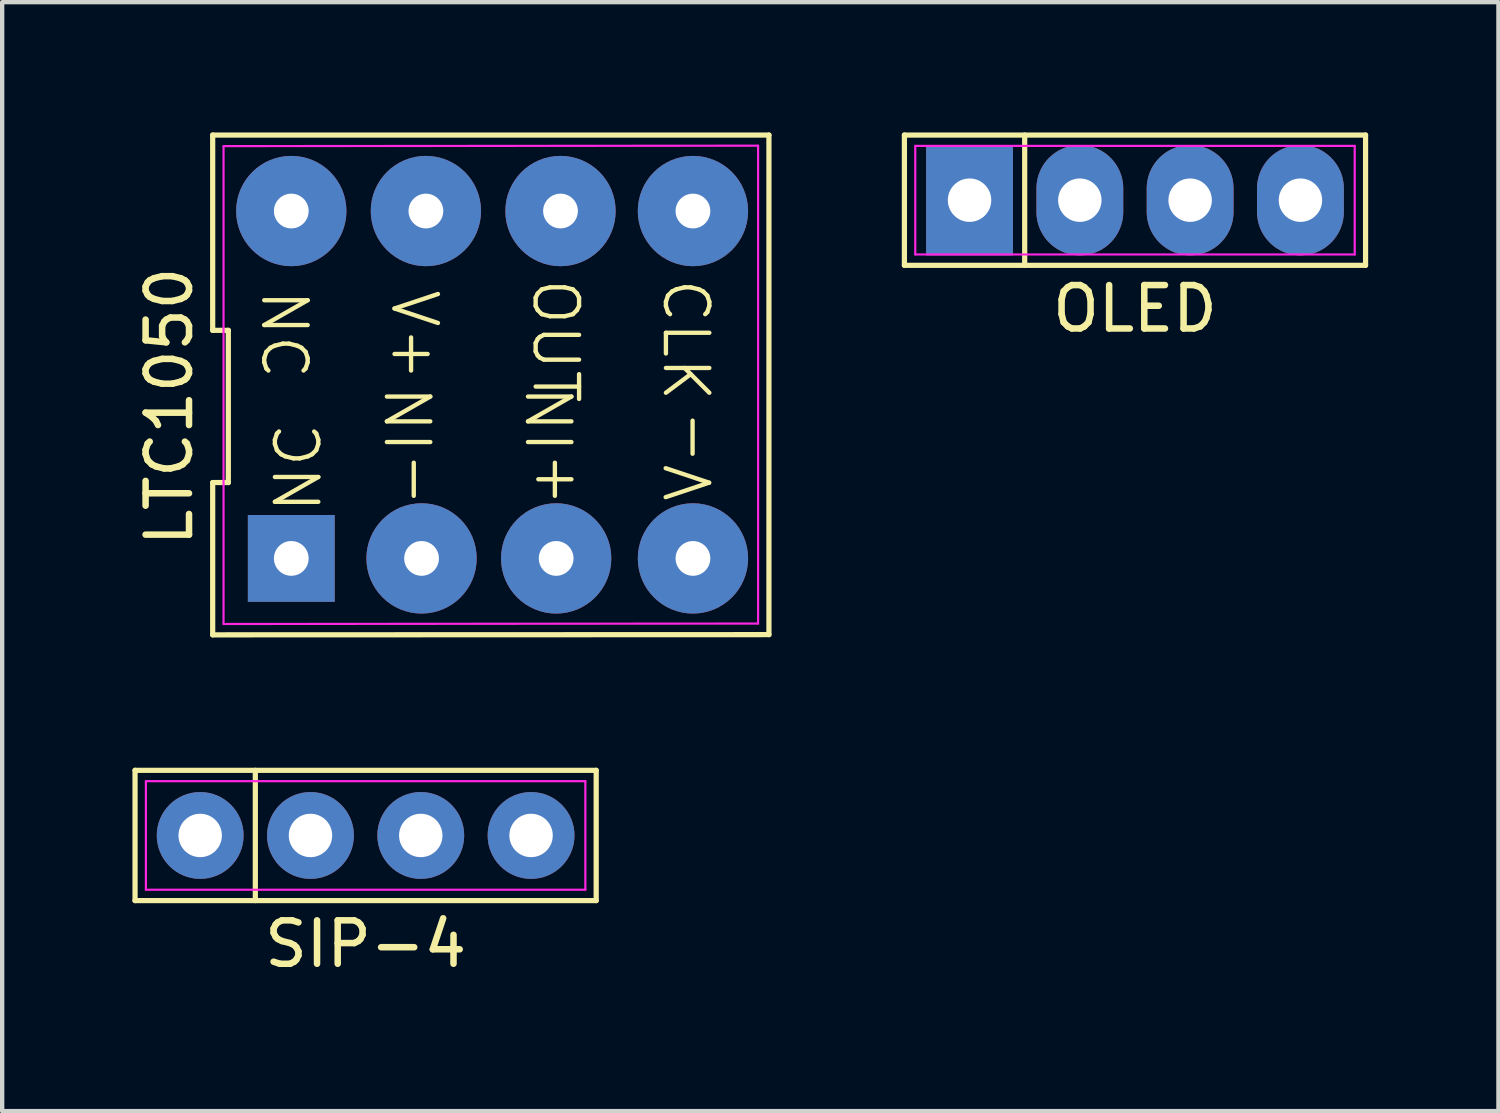
<source format=kicad_pcb>
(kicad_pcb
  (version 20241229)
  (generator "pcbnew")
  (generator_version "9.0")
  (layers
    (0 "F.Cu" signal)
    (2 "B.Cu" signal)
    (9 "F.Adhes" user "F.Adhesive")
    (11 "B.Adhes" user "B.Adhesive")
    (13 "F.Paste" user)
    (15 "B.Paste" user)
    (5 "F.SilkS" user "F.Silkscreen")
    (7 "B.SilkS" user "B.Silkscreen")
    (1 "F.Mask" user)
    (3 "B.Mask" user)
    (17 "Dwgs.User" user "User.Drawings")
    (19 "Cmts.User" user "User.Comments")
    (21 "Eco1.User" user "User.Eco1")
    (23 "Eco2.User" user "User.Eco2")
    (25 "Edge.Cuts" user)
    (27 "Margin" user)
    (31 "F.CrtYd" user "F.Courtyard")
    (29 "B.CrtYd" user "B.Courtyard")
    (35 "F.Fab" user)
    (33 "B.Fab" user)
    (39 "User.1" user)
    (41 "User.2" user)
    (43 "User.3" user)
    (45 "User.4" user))
  (footprint "OLED"
    (layer "F.Cu")
    (at 23.088 1.56)
    (property "Reference" "OLED" (at 0 2.5 0) (unlocked yes) (layer "F.SilkS") (effects (font (size 1 1) (thickness 0.15))))
    (attr through_hole)
    (fp_line (start -5.31 -1.5) (end 5.31 -1.5) (stroke (width 0.12) (type default)) (layer "F.SilkS"))
    (fp_line (start -5.31 1.5) (end -5.31 -1.5) (stroke (width 0.12) (type default)) (layer "F.SilkS"))
    (fp_line (start -2.54 -1.5) (end -2.54 1.5) (stroke (width 0.12) (type default)) (layer "F.SilkS"))
    (fp_line (start 5.31 -1.5) (end 5.31 1.5) (stroke (width 0.12) (type default)) (layer "F.SilkS"))
    (fp_line (start 5.31 1.5) (end -5.31 1.5) (stroke (width 0.12) (type default)) (layer "F.SilkS"))
    (fp_line (start -5.06 -1.25) (end 5.06 -1.25) (stroke (width 0.05) (type default)) (layer "F.CrtYd"))
    (fp_line (start -5.06 1.25) (end -5.06 -1.25) (stroke (width 0.05) (type default)) (layer "F.CrtYd"))
    (fp_line (start 5.06 -1.25) (end 5.06 1.25) (stroke (width 0.05) (type default)) (layer "F.CrtYd"))
    (fp_line (start 5.06 1.25) (end -5.06 1.25) (stroke (width 0.05) (type default)) (layer "F.CrtYd"))
    (pad "1" thru_hole rect (at -3.81 0) (size 2 2.54) (drill 1) (layers "*.Cu" "*.Mask"))
    (pad "2" thru_hole oval (at -1.27 0) (size 2 2.54) (drill 1) (layers "*.Cu" "*.Mask"))
    (pad "3" thru_hole oval (at 1.27 0) (size 2 2.54) (drill 1) (layers "*.Cu" "*.Mask"))
    (pad "4" thru_hole oval (at 3.81 0) (size 2 2.54) (drill 1) (layers "*.Cu" "*.Mask")))
  (footprint "LTC1050"
    (layer "F.Cu")
    (at 7.158 6.31)
    (property "Reference" "LTC1050" (at -6.31 0 90) (unlocked yes) (layer "F.SilkS") (effects (font (size 1 1) (thickness 0.15))))
    (attr through_hole)
    (fp_line (start -5.31 -6.25) (end -5.31 -1.753) (stroke (width 0.12) (type default)) (layer "F.SilkS"))
    (fp_line (start -5.31 -1.753) (end -4.95 -1.753) (stroke (width 0.12) (type default)) (layer "F.SilkS"))
    (fp_line (start -5.31 1.753) (end -5.31 5.26) (stroke (width 0.12) (type default)) (layer "F.SilkS"))
    (fp_line (start -5.31 5.26) (end 7.5 5.255) (stroke (width 0.12) (type default)) (layer "F.SilkS"))
    (fp_line (start -4.95 -1.753) (end -4.95 1.753) (stroke (width 0.12) (type default)) (layer "F.SilkS"))
    (fp_line (start -4.95 1.753) (end -5.31 1.753) (stroke (width 0.12) (type default)) (layer "F.SilkS"))
    (fp_line (start 7.5 -6.25) (end -5.31 -6.25) (stroke (width 0.12) (type default)) (layer "F.SilkS"))
    (fp_line (start 7.5 5.255) (end 7.5 -6.25) (stroke (width 0.12) (type default)) (layer "F.SilkS"))
    (fp_line (start -5.06 -5.995) (end 7.25 -6.005) (stroke (width 0.05) (type default)) (layer "F.CrtYd"))
    (fp_line (start -5.06 5.01) (end -5.06 -5.995) (stroke (width 0.05) (type default)) (layer "F.CrtYd"))
    (fp_line (start 7.25 -6.005) (end 7.25 5) (stroke (width 0.05) (type default)) (layer "F.CrtYd"))
    (fp_line (start 7.25 5) (end -5.06 5.01) (stroke (width 0.05) (type default)) (layer "F.CrtYd"))
    (fp_text user "OUT" (at 2 -3 270) (unlocked yes) (layer "F.SilkS") (effects (font (size 1 1) (thickness 0.1)) (justify left bottom)))
    (fp_text user "CLK" (at 5 -3 270) (unlocked yes) (layer "F.SilkS") (effects (font (size 1 1) (thickness 0.1)) (justify left bottom)))
    (fp_text user "NC" (at -2.75 2.5 90) (unlocked yes) (layer "F.SilkS") (effects (font (size 1 1) (thickness 0.1)) (justify left bottom)))
    (fp_text user "V+" (at -1.25 -2.75 270) (unlocked yes) (layer "F.SilkS") (effects (font (size 1 1) (thickness 0.1)) (justify left bottom)))
    (fp_text user "V-" (at 6.25 2.25 90) (unlocked yes) (layer "F.SilkS") (effects (font (size 1 1) (thickness 0.1)) (justify left bottom)))
    (fp_text user "+IN" (at 3.079 2.362 90) (unlocked yes) (layer "F.SilkS") (effects (font (size 1 1) (thickness 0.1)) (justify left bottom)))
    (fp_text user "-IN" (at -0.171 2.362 90) (unlocked yes) (layer "F.SilkS") (effects (font (size 1 1) (thickness 0.1)) (justify left bottom)))
    (fp_text user "NC" (at -4.25 -2.75 270) (unlocked yes) (layer "F.SilkS") (effects (font (size 1 1) (thickness 0.1)) (justify left bottom)))
    (pad "1" thru_hole rect (at -3.5 3.5) (size 2 2) (drill 0.8) (layers "*.Cu" "*.Mask"))
    (pad "2" thru_hole circle (at -0.5 3.5) (size 2.54 2.54) (drill 0.8) (layers "*.Cu" "*.Mask"))
    (pad "3" thru_hole circle (at 2.6 3.5) (size 2.54 2.54) (drill 0.8) (layers "*.Cu" "*.Mask"))
    (pad "4" thru_hole circle (at 5.75 3.5) (size 2.54 2.54) (drill 0.8) (layers "*.Cu" "*.Mask"))
    (pad "5" thru_hole circle (at 5.75 -4.5) (size 2.54 2.54) (drill 0.8) (layers "*.Cu" "*.Mask"))
    (pad "6" thru_hole circle (at 2.7 -4.5) (size 2.54 2.54) (drill 0.8) (layers "*.Cu" "*.Mask"))
    (pad "7" thru_hole circle (at -0.4 -4.5) (size 2.54 2.54) (drill 0.8) (layers "*.Cu" "*.Mask"))
    (pad "8" thru_hole circle (at -3.5 -4.5) (size 2.54 2.54) (drill 0.8) (layers "*.Cu" "*.Mask")))
  (footprint "SIP-4"
    (layer "F.Cu")
    (at 5.37 16.19)
    (property "Reference" "SIP-4" (at 0 2.5 0) (unlocked yes) (layer "F.SilkS") (effects (font (size 1 1) (thickness 0.15))))
    (attr through_hole)
    (fp_line (start -5.31 -1.5) (end 5.31 -1.5) (stroke (width 0.12) (type default)) (layer "F.SilkS"))
    (fp_line (start -5.31 1.5) (end -5.31 -1.5) (stroke (width 0.12) (type default)) (layer "F.SilkS"))
    (fp_line (start -2.54 -1.5) (end -2.54 1.5) (stroke (width 0.12) (type default)) (layer "F.SilkS"))
    (fp_line (start 5.31 -1.5) (end 5.31 1.5) (stroke (width 0.12) (type default)) (layer "F.SilkS"))
    (fp_line (start 5.31 1.5) (end -5.31 1.5) (stroke (width 0.12) (type default)) (layer "F.SilkS"))
    (fp_line (start -5.06 -1.25) (end 5.06 -1.25) (stroke (width 0.05) (type default)) (layer "F.CrtYd"))
    (fp_line (start -5.06 1.25) (end -5.06 -1.25) (stroke (width 0.05) (type default)) (layer "F.CrtYd"))
    (fp_line (start 5.06 -1.25) (end 5.06 1.25) (stroke (width 0.05) (type default)) (layer "F.CrtYd"))
    (fp_line (start 5.06 1.25) (end -5.06 1.25) (stroke (width 0.05) (type default)) (layer "F.CrtYd"))
    (pad "1" thru_hole circle (at -3.81 0) (size 2 2) (drill 1) (layers "*.Cu" "*.Mask"))
    (pad "2" thru_hole circle (at -1.27 0) (size 2 2) (drill 1) (layers "*.Cu" "*.Mask"))
    (pad "3" thru_hole circle (at 1.27 0) (size 2 2) (drill 1) (layers "*.Cu" "*.Mask"))
    (pad "4" thru_hole circle (at 3.81 0) (size 2 2) (drill 1) (layers "*.Cu" "*.Mask")))
  (gr_rect
    (start -3 -3)
    (end 31.458 22.538)
    (stroke (width 0.1) (type default))
    (fill no)
    (layer "Edge.Cuts")))
</source>
